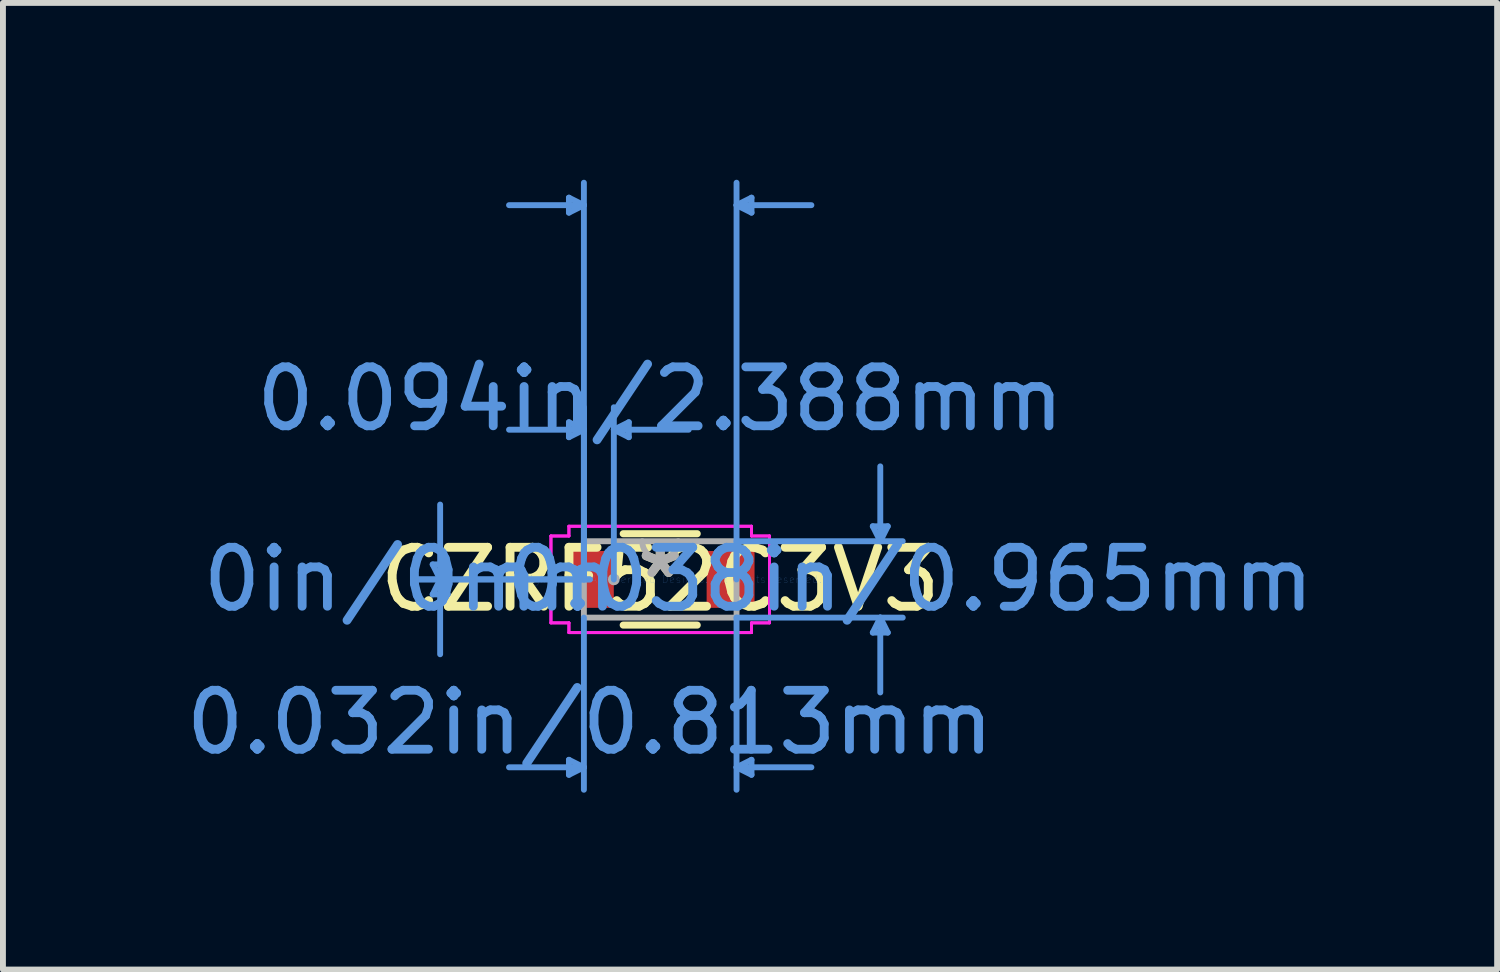
<source format=kicad_pcb>
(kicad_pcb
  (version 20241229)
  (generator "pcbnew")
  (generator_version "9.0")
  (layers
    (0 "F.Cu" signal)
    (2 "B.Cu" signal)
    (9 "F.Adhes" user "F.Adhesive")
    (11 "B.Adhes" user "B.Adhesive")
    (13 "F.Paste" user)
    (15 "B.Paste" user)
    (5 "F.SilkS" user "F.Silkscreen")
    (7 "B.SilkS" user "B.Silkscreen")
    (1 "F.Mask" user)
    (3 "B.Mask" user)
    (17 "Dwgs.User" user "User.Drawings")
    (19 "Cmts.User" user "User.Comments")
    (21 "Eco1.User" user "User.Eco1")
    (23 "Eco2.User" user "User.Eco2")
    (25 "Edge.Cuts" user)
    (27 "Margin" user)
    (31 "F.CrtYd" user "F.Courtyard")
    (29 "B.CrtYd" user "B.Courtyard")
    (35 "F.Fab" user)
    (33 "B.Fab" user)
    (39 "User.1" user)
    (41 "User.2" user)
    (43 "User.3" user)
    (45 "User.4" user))
  (footprint "CZRF52C3V3"
    (layer "F.Cu")
    (at 8.152 6.781)
    (property "Reference" "CZRF52C3V3" (at 0 0 0) (layer "F.SilkS") (effects (font (size 1 1) (thickness 0.15))))
    (attr through_hole)
    (fp_line (start -0.628 0.775) (end 0.628 0.775) (stroke (width 0.12) (type solid)) (layer "F.SilkS"))
    (fp_line (start 0.628 -0.775) (end -0.628 -0.775) (stroke (width 0.12) (type solid)) (layer "F.SilkS"))
    (fp_line (start -3.861 -0.254) (end -3.607 -0.254) (stroke (width 0.1) (type solid)) (layer "Cmts.User"))
    (fp_line (start -3.861 0.254) (end -3.607 0.254) (stroke (width 0.1) (type solid)) (layer "Cmts.User"))
    (fp_line (start -3.734 0) (end -3.861 -0.254) (stroke (width 0.1) (type solid)) (layer "Cmts.User"))
    (fp_line (start -3.734 0) (end -3.861 0.254) (stroke (width 0.1) (type solid)) (layer "Cmts.User"))
    (fp_line (start -3.734 0) (end -3.734 -1.27) (stroke (width 0.1) (type solid)) (layer "Cmts.User"))
    (fp_line (start -3.734 0) (end -3.734 1.27) (stroke (width 0.1) (type solid)) (layer "Cmts.User"))
    (fp_line (start -3.734 0) (end -3.607 -0.254) (stroke (width 0.1) (type solid)) (layer "Cmts.User"))
    (fp_line (start -3.734 0) (end -3.607 0.254) (stroke (width 0.1) (type solid)) (layer "Cmts.User"))
    (fp_line (start -1.549 -6.477) (end -1.549 -6.223) (stroke (width 0.1) (type solid)) (layer "Cmts.User"))
    (fp_line (start -1.549 -2.667) (end -1.549 -2.413) (stroke (width 0.1) (type solid)) (layer "Cmts.User"))
    (fp_line (start -1.549 3.061) (end -1.549 3.315) (stroke (width 0.1) (type solid)) (layer "Cmts.User"))
    (fp_line (start -1.295 -6.35) (end -2.565 -6.35) (stroke (width 0.1) (type solid)) (layer "Cmts.User"))
    (fp_line (start -1.295 -6.35) (end -1.549 -6.477) (stroke (width 0.1) (type solid)) (layer "Cmts.User"))
    (fp_line (start -1.295 -6.35) (end -1.549 -6.223) (stroke (width 0.1) (type solid)) (layer "Cmts.User"))
    (fp_line (start -1.295 -2.54) (end -2.565 -2.54) (stroke (width 0.1) (type solid)) (layer "Cmts.User"))
    (fp_line (start -1.295 -2.54) (end -1.549 -2.667) (stroke (width 0.1) (type solid)) (layer "Cmts.User"))
    (fp_line (start -1.295 -2.54) (end -1.549 -2.413) (stroke (width 0.1) (type solid)) (layer "Cmts.User"))
    (fp_line (start -1.295 0) (end -1.295 -6.731) (stroke (width 0.1) (type solid)) (layer "Cmts.User"))
    (fp_line (start -1.295 0) (end -1.295 -2.921) (stroke (width 0.1) (type solid)) (layer "Cmts.User"))
    (fp_line (start -1.295 0.648) (end -1.295 3.569) (stroke (width 0.1) (type solid)) (layer "Cmts.User"))
    (fp_line (start -1.295 3.188) (end -2.565 3.188) (stroke (width 0.1) (type solid)) (layer "Cmts.User"))
    (fp_line (start -1.295 3.188) (end -1.549 3.061) (stroke (width 0.1) (type solid)) (layer "Cmts.User"))
    (fp_line (start -1.295 3.188) (end -1.549 3.315) (stroke (width 0.1) (type solid)) (layer "Cmts.User"))
    (fp_line (start -1.194 0) (end -4.115 0) (stroke (width 0.1) (type solid)) (layer "Cmts.User"))
    (fp_line (start -1.194 0) (end -4.115 0) (stroke (width 0.1) (type solid)) (layer "Cmts.User"))
    (fp_line (start -0.787 -2.54) (end -0.533 -2.667) (stroke (width 0.1) (type solid)) (layer "Cmts.User"))
    (fp_line (start -0.787 -2.54) (end -0.533 -2.413) (stroke (width 0.1) (type solid)) (layer "Cmts.User"))
    (fp_line (start -0.787 -2.54) (end 0.483 -2.54) (stroke (width 0.1) (type solid)) (layer "Cmts.User"))
    (fp_line (start -0.787 0) (end -0.787 -2.921) (stroke (width 0.1) (type solid)) (layer "Cmts.User"))
    (fp_line (start -0.533 -2.667) (end -0.533 -2.413) (stroke (width 0.1) (type solid)) (layer "Cmts.User"))
    (fp_line (start 1.295 -6.35) (end 1.549 -6.477) (stroke (width 0.1) (type solid)) (layer "Cmts.User"))
    (fp_line (start 1.295 -6.35) (end 1.549 -6.223) (stroke (width 0.1) (type solid)) (layer "Cmts.User"))
    (fp_line (start 1.295 -6.35) (end 2.565 -6.35) (stroke (width 0.1) (type solid)) (layer "Cmts.User"))
    (fp_line (start 1.295 -0.648) (end 4.115 -0.648) (stroke (width 0.1) (type solid)) (layer "Cmts.User"))
    (fp_line (start 1.295 0) (end 1.295 -6.731) (stroke (width 0.1) (type solid)) (layer "Cmts.User"))
    (fp_line (start 1.295 0.648) (end 1.295 3.569) (stroke (width 0.1) (type solid)) (layer "Cmts.User"))
    (fp_line (start 1.295 0.648) (end 4.115 0.648) (stroke (width 0.1) (type solid)) (layer "Cmts.User"))
    (fp_line (start 1.295 3.188) (end 1.549 3.061) (stroke (width 0.1) (type solid)) (layer "Cmts.User"))
    (fp_line (start 1.295 3.188) (end 1.549 3.315) (stroke (width 0.1) (type solid)) (layer "Cmts.User"))
    (fp_line (start 1.295 3.188) (end 2.565 3.188) (stroke (width 0.1) (type solid)) (layer "Cmts.User"))
    (fp_line (start 1.549 -6.477) (end 1.549 -6.223) (stroke (width 0.1) (type solid)) (layer "Cmts.User"))
    (fp_line (start 1.549 3.061) (end 1.549 3.315) (stroke (width 0.1) (type solid)) (layer "Cmts.User"))
    (fp_line (start 3.607 -0.902) (end 3.861 -0.902) (stroke (width 0.1) (type solid)) (layer "Cmts.User"))
    (fp_line (start 3.607 0.902) (end 3.861 0.902) (stroke (width 0.1) (type solid)) (layer "Cmts.User"))
    (fp_line (start 3.734 -0.648) (end 3.607 -0.902) (stroke (width 0.1) (type solid)) (layer "Cmts.User"))
    (fp_line (start 3.734 -0.648) (end 3.734 -1.918) (stroke (width 0.1) (type solid)) (layer "Cmts.User"))
    (fp_line (start 3.734 -0.648) (end 3.861 -0.902) (stroke (width 0.1) (type solid)) (layer "Cmts.User"))
    (fp_line (start 3.734 0.648) (end 3.607 0.902) (stroke (width 0.1) (type solid)) (layer "Cmts.User"))
    (fp_line (start 3.734 0.648) (end 3.734 1.918) (stroke (width 0.1) (type solid)) (layer "Cmts.User"))
    (fp_line (start 3.734 0.648) (end 3.861 0.902) (stroke (width 0.1) (type solid)) (layer "Cmts.User"))
    (fp_line (start -1.854 -0.737) (end -1.549 -0.737) (stroke (width 0.05) (type solid)) (layer "F.CrtYd"))
    (fp_line (start -1.854 -0.737) (end -1.549 -0.737) (stroke (width 0.05) (type solid)) (layer "F.CrtYd"))
    (fp_line (start -1.854 0.737) (end -1.854 -0.737) (stroke (width 0.05) (type solid)) (layer "F.CrtYd"))
    (fp_line (start -1.854 0.737) (end -1.854 -0.737) (stroke (width 0.05) (type solid)) (layer "F.CrtYd"))
    (fp_line (start -1.854 0.737) (end -1.549 0.737) (stroke (width 0.05) (type solid)) (layer "F.CrtYd"))
    (fp_line (start -1.549 -0.902) (end 1.549 -0.902) (stroke (width 0.05) (type solid)) (layer "F.CrtYd"))
    (fp_line (start -1.549 -0.902) (end 1.549 -0.902) (stroke (width 0.05) (type solid)) (layer "F.CrtYd"))
    (fp_line (start -1.549 -0.737) (end -1.549 -0.902) (stroke (width 0.05) (type solid)) (layer "F.CrtYd"))
    (fp_line (start -1.549 -0.737) (end -1.549 -0.902) (stroke (width 0.05) (type solid)) (layer "F.CrtYd"))
    (fp_line (start -1.549 0.737) (end -1.854 0.737) (stroke (width 0.05) (type solid)) (layer "F.CrtYd"))
    (fp_line (start -1.549 0.902) (end -1.549 0.737) (stroke (width 0.05) (type solid)) (layer "F.CrtYd"))
    (fp_line (start -1.549 0.902) (end -1.549 0.737) (stroke (width 0.05) (type solid)) (layer "F.CrtYd"))
    (fp_line (start 1.549 -0.902) (end 1.549 -0.737) (stroke (width 0.05) (type solid)) (layer "F.CrtYd"))
    (fp_line (start 1.549 -0.902) (end 1.549 -0.737) (stroke (width 0.05) (type solid)) (layer "F.CrtYd"))
    (fp_line (start 1.549 -0.737) (end 1.854 -0.737) (stroke (width 0.05) (type solid)) (layer "F.CrtYd"))
    (fp_line (start 1.549 0.737) (end 1.549 0.902) (stroke (width 0.05) (type solid)) (layer "F.CrtYd"))
    (fp_line (start 1.549 0.737) (end 1.549 0.902) (stroke (width 0.05) (type solid)) (layer "F.CrtYd"))
    (fp_line (start 1.549 0.902) (end -1.549 0.902) (stroke (width 0.05) (type solid)) (layer "F.CrtYd"))
    (fp_line (start 1.549 0.902) (end -1.549 0.902) (stroke (width 0.05) (type solid)) (layer "F.CrtYd"))
    (fp_line (start 1.854 -0.737) (end 1.549 -0.737) (stroke (width 0.05) (type solid)) (layer "F.CrtYd"))
    (fp_line (start 1.854 -0.737) (end 1.854 0.737) (stroke (width 0.05) (type solid)) (layer "F.CrtYd"))
    (fp_line (start 1.854 -0.737) (end 1.854 0.737) (stroke (width 0.05) (type solid)) (layer "F.CrtYd"))
    (fp_line (start 1.854 0.737) (end 1.549 0.737) (stroke (width 0.05) (type solid)) (layer "F.CrtYd"))
    (fp_line (start 1.854 0.737) (end 1.549 0.737) (stroke (width 0.05) (type solid)) (layer "F.CrtYd"))
    (fp_line (start -1.295 -0.648) (end -1.295 0.648) (stroke (width 0.1) (type solid)) (layer "F.Fab"))
    (fp_line (start -1.295 0.648) (end 1.295 0.648) (stroke (width 0.1) (type solid)) (layer "F.Fab"))
    (fp_line (start 1.295 -0.648) (end -1.295 -0.648) (stroke (width 0.1) (type solid)) (layer "F.Fab"))
    (fp_line (start 1.295 0.648) (end 1.295 -0.648) (stroke (width 0.1) (type solid)) (layer "F.Fab"))
    (fp_arc (start 0.3048 -0.6477) (mid 0 -0.3429) (end -0.3048 -0.6477) (stroke (width 0.1) (type solid)) (layer "F.Fab"))
    (fp_circle (center -0.787 0) (end -0.787 0) (stroke (width 0.1) (type solid)) (fill no) (layer "F.Fab"))
    (fp_text user "*" (at 0 0 0) (layer "F.SilkS") (effects (font (size 1 1) (thickness 0.15))))
    (fp_text user "0.038in/0.965mm" (at 4.242 0 0) (layer "Cmts.User") (effects (font (size 1 1) (thickness 0.15))))
    (fp_text user "0in/0mm" (at -4.242 0 0) (layer "Cmts.User") (effects (font (size 1 1) (thickness 0.15))))
    (fp_text user "0.032in/0.813mm" (at -1.194 2.426 0) (layer "Cmts.User") (effects (font (size 1 1) (thickness 0.15))))
    (fp_text user "0.094in/2.388mm" (at 0 -3.061 0) (layer "Cmts.User") (effects (font (size 1 1) (thickness 0.15))))
    (fp_text user "Copyright 2021 Accelerated Designs. All rights reserved." (at 0 0 0) (layer "Cmts.User") (effects (font (size 0.127 0.127) (thickness 0.002))))
    (fp_text user "*" (at 0 0 0) (layer "F.Fab") (effects (font (size 1 1) (thickness 0.15))))
    (pad "1" smd rect (at -1.194 0) (size 0.813 0.965) (layers "F.Cu" "F.Mask" "F.Paste"))
    (pad "2" smd rect (at 1.194 0) (size 0.813 0.965) (layers "F.Cu" "F.Mask" "F.Paste")))
  (gr_rect
    (start -3 -3)
    (end 22.352 13.4)
    (stroke (width 0.1) (type default))
    (fill no)
    (layer "Edge.Cuts")))
</source>
